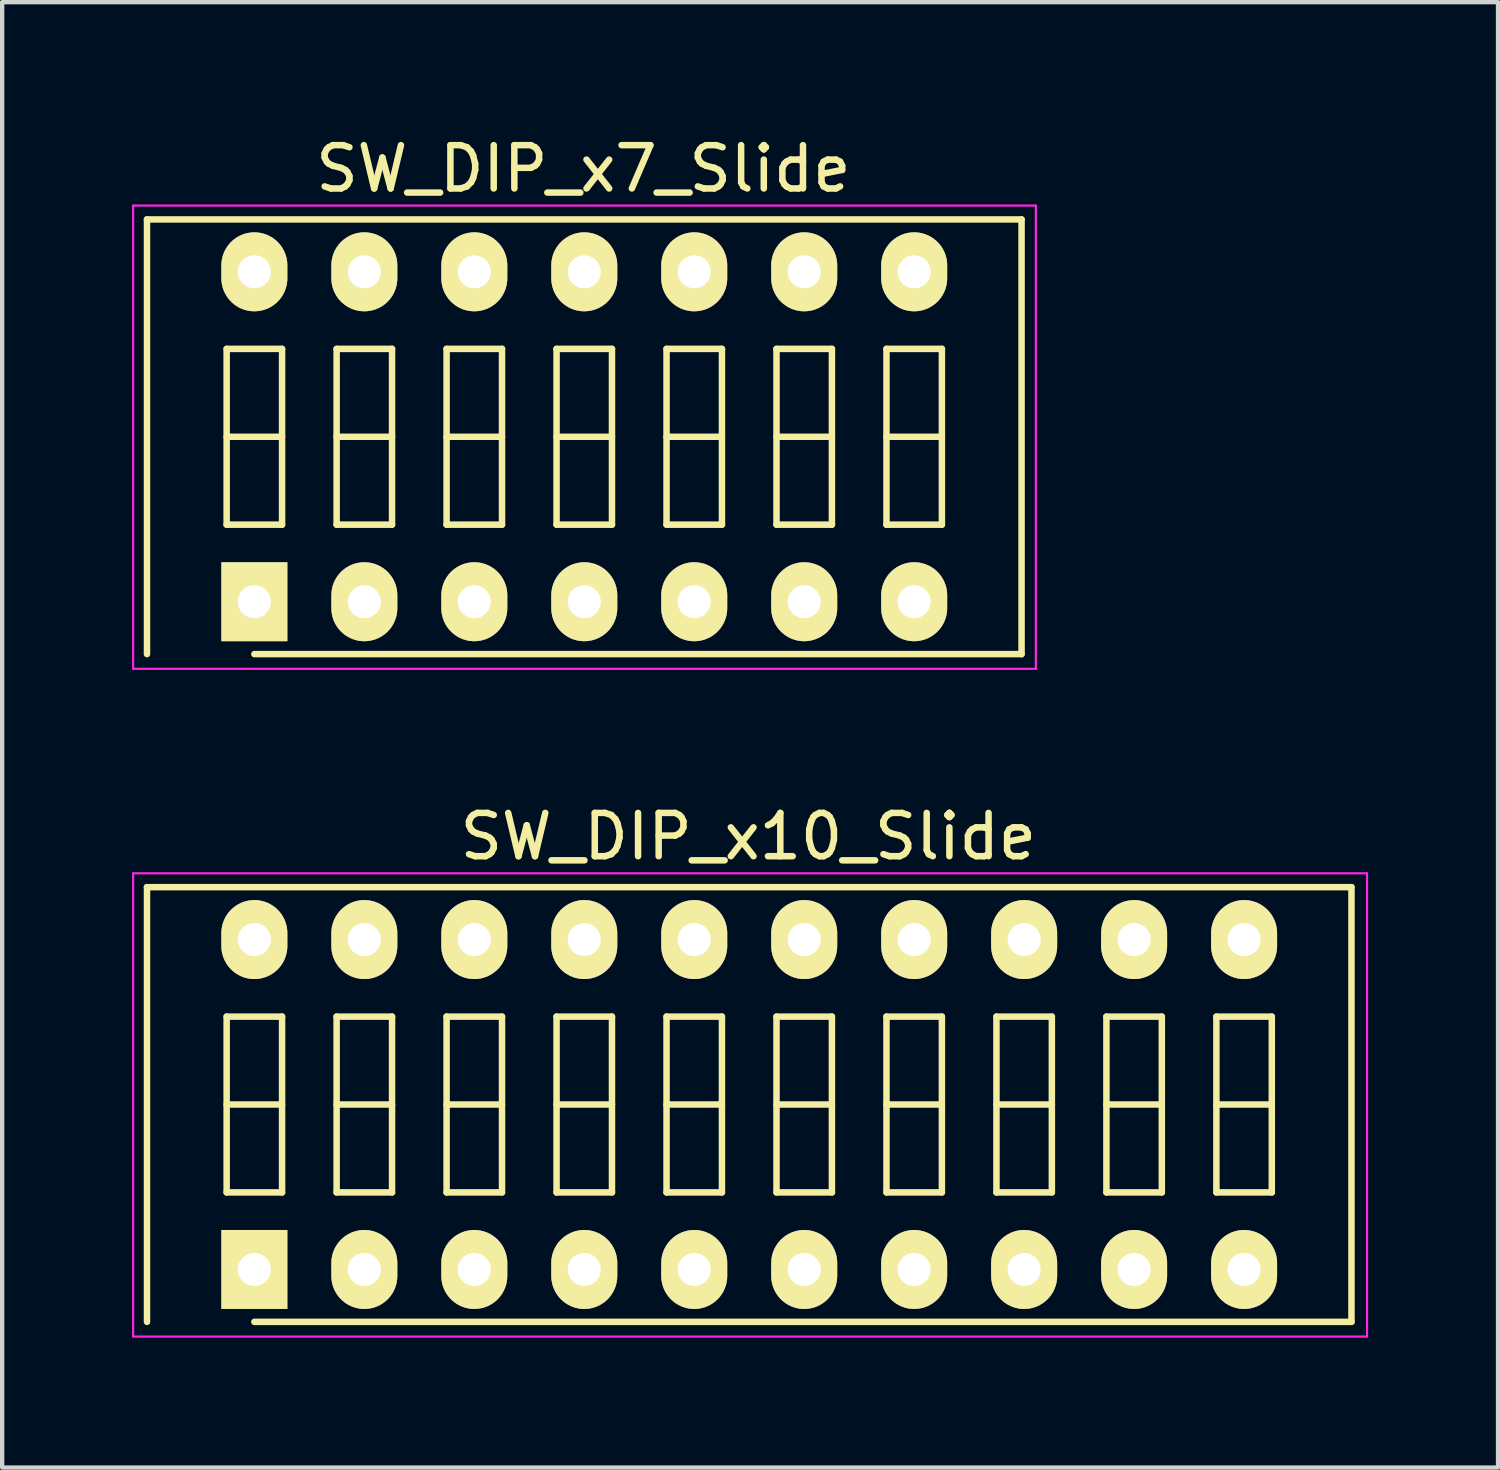
<source format=kicad_pcb>
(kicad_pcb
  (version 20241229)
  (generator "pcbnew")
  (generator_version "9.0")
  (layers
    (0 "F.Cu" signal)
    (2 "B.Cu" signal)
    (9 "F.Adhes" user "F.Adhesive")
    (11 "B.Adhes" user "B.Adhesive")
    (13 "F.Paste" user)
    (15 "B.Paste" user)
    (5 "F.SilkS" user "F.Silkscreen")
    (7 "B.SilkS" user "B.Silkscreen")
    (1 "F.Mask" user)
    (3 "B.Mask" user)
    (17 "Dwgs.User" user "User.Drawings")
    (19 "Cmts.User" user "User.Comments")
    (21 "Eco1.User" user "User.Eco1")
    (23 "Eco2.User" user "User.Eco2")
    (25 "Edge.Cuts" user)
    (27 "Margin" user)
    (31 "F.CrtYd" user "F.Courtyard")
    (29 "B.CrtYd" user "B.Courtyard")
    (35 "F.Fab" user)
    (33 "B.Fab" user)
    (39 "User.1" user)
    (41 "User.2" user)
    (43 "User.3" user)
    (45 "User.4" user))
  (footprint "SW_DIP_x10_Slide"
    (layer "F.Cu")
    (at 2.825 26.271)
    (property "Reference" "SW_DIP_x10_Slide" (at 11.41 -10 0) (layer "F.SilkS") (effects (font (size 1 1) (thickness 0.15))))
    (attr through_hole)
    (fp_line (start -2.48 -8.83) (end 25.34 -8.83) (stroke (width 0.15) (type solid)) (layer "F.SilkS"))
    (fp_line (start -2.48 1.21) (end -2.48 -8.83) (stroke (width 0.15) (type solid)) (layer "F.SilkS"))
    (fp_line (start -0.64 -5.84) (end -0.64 -1.78) (stroke (width 0.15) (type solid)) (layer "F.SilkS"))
    (fp_line (start -0.64 -3.81) (end 0.64 -3.81) (stroke (width 0.15) (type solid)) (layer "F.SilkS"))
    (fp_line (start -0.64 -1.78) (end 0.64 -1.78) (stroke (width 0.15) (type solid)) (layer "F.SilkS"))
    (fp_line (start 0.64 -5.84) (end -0.64 -5.84) (stroke (width 0.15) (type solid)) (layer "F.SilkS"))
    (fp_line (start 0.64 -1.78) (end 0.64 -5.84) (stroke (width 0.15) (type solid)) (layer "F.SilkS"))
    (fp_line (start 1.9 -5.84) (end 1.9 -1.78) (stroke (width 0.15) (type solid)) (layer "F.SilkS"))
    (fp_line (start 1.9 -3.81) (end 3.18 -3.81) (stroke (width 0.15) (type solid)) (layer "F.SilkS"))
    (fp_line (start 1.9 -1.78) (end 3.18 -1.78) (stroke (width 0.15) (type solid)) (layer "F.SilkS"))
    (fp_line (start 3.18 -5.84) (end 1.9 -5.84) (stroke (width 0.15) (type solid)) (layer "F.SilkS"))
    (fp_line (start 3.18 -1.78) (end 3.18 -5.84) (stroke (width 0.15) (type solid)) (layer "F.SilkS"))
    (fp_line (start 4.44 -5.84) (end 4.44 -1.78) (stroke (width 0.15) (type solid)) (layer "F.SilkS"))
    (fp_line (start 4.44 -3.81) (end 5.72 -3.81) (stroke (width 0.15) (type solid)) (layer "F.SilkS"))
    (fp_line (start 4.44 -1.78) (end 5.72 -1.78) (stroke (width 0.15) (type solid)) (layer "F.SilkS"))
    (fp_line (start 5.72 -5.84) (end 4.44 -5.84) (stroke (width 0.15) (type solid)) (layer "F.SilkS"))
    (fp_line (start 5.72 -1.78) (end 5.72 -5.84) (stroke (width 0.15) (type solid)) (layer "F.SilkS"))
    (fp_line (start 6.98 -5.84) (end 6.98 -1.78) (stroke (width 0.15) (type solid)) (layer "F.SilkS"))
    (fp_line (start 6.98 -3.81) (end 8.26 -3.81) (stroke (width 0.15) (type solid)) (layer "F.SilkS"))
    (fp_line (start 6.98 -1.78) (end 8.26 -1.78) (stroke (width 0.15) (type solid)) (layer "F.SilkS"))
    (fp_line (start 8.26 -5.84) (end 6.98 -5.84) (stroke (width 0.15) (type solid)) (layer "F.SilkS"))
    (fp_line (start 8.26 -1.78) (end 8.26 -5.84) (stroke (width 0.15) (type solid)) (layer "F.SilkS"))
    (fp_line (start 9.52 -5.84) (end 9.52 -1.78) (stroke (width 0.15) (type solid)) (layer "F.SilkS"))
    (fp_line (start 9.52 -3.81) (end 10.8 -3.81) (stroke (width 0.15) (type solid)) (layer "F.SilkS"))
    (fp_line (start 9.52 -1.78) (end 10.8 -1.78) (stroke (width 0.15) (type solid)) (layer "F.SilkS"))
    (fp_line (start 10.8 -5.84) (end 9.52 -5.84) (stroke (width 0.15) (type solid)) (layer "F.SilkS"))
    (fp_line (start 10.8 -1.78) (end 10.8 -5.84) (stroke (width 0.15) (type solid)) (layer "F.SilkS"))
    (fp_line (start 12.06 -5.84) (end 12.06 -1.78) (stroke (width 0.15) (type solid)) (layer "F.SilkS"))
    (fp_line (start 12.06 -3.81) (end 13.34 -3.81) (stroke (width 0.15) (type solid)) (layer "F.SilkS"))
    (fp_line (start 12.06 -1.78) (end 13.34 -1.78) (stroke (width 0.15) (type solid)) (layer "F.SilkS"))
    (fp_line (start 13.34 -5.84) (end 12.06 -5.84) (stroke (width 0.15) (type solid)) (layer "F.SilkS"))
    (fp_line (start 13.34 -1.78) (end 13.34 -5.84) (stroke (width 0.15) (type solid)) (layer "F.SilkS"))
    (fp_line (start 14.6 -5.84) (end 14.6 -1.78) (stroke (width 0.15) (type solid)) (layer "F.SilkS"))
    (fp_line (start 14.6 -3.81) (end 15.88 -3.81) (stroke (width 0.15) (type solid)) (layer "F.SilkS"))
    (fp_line (start 14.6 -1.78) (end 15.88 -1.78) (stroke (width 0.15) (type solid)) (layer "F.SilkS"))
    (fp_line (start 15.88 -5.84) (end 14.6 -5.84) (stroke (width 0.15) (type solid)) (layer "F.SilkS"))
    (fp_line (start 15.88 -1.78) (end 15.88 -5.84) (stroke (width 0.15) (type solid)) (layer "F.SilkS"))
    (fp_line (start 17.14 -5.84) (end 17.14 -1.78) (stroke (width 0.15) (type solid)) (layer "F.SilkS"))
    (fp_line (start 17.14 -3.81) (end 18.42 -3.81) (stroke (width 0.15) (type solid)) (layer "F.SilkS"))
    (fp_line (start 17.14 -1.78) (end 18.42 -1.78) (stroke (width 0.15) (type solid)) (layer "F.SilkS"))
    (fp_line (start 18.42 -5.84) (end 17.14 -5.84) (stroke (width 0.15) (type solid)) (layer "F.SilkS"))
    (fp_line (start 18.42 -1.78) (end 18.42 -5.84) (stroke (width 0.15) (type solid)) (layer "F.SilkS"))
    (fp_line (start 19.68 -5.84) (end 19.68 -1.78) (stroke (width 0.15) (type solid)) (layer "F.SilkS"))
    (fp_line (start 19.68 -3.81) (end 20.96 -3.81) (stroke (width 0.15) (type solid)) (layer "F.SilkS"))
    (fp_line (start 19.68 -1.78) (end 20.96 -1.78) (stroke (width 0.15) (type solid)) (layer "F.SilkS"))
    (fp_line (start 20.96 -5.84) (end 19.68 -5.84) (stroke (width 0.15) (type solid)) (layer "F.SilkS"))
    (fp_line (start 20.96 -1.78) (end 20.96 -5.84) (stroke (width 0.15) (type solid)) (layer "F.SilkS"))
    (fp_line (start 22.22 -5.84) (end 22.22 -1.78) (stroke (width 0.15) (type solid)) (layer "F.SilkS"))
    (fp_line (start 22.22 -3.81) (end 23.5 -3.81) (stroke (width 0.15) (type solid)) (layer "F.SilkS"))
    (fp_line (start 22.22 -1.78) (end 23.5 -1.78) (stroke (width 0.15) (type solid)) (layer "F.SilkS"))
    (fp_line (start 23.5 -5.84) (end 22.22 -5.84) (stroke (width 0.15) (type solid)) (layer "F.SilkS"))
    (fp_line (start 23.5 -1.78) (end 23.5 -5.84) (stroke (width 0.15) (type solid)) (layer "F.SilkS"))
    (fp_line (start 25.34 -8.83) (end 25.34 1.21) (stroke (width 0.15) (type solid)) (layer "F.SilkS"))
    (fp_line (start 25.34 1.21) (end 0 1.21) (stroke (width 0.15) (type solid)) (layer "F.SilkS"))
    (fp_line (start -2.8 -9.15) (end -2.8 1.55) (stroke (width 0.05) (type solid)) (layer "F.CrtYd"))
    (fp_line (start -2.8 1.55) (end 25.7 1.55) (stroke (width 0.05) (type solid)) (layer "F.CrtYd"))
    (fp_line (start 25.7 -9.15) (end -2.8 -9.15) (stroke (width 0.05) (type solid)) (layer "F.CrtYd"))
    (fp_line (start 25.7 1.55) (end 25.7 -9.15) (stroke (width 0.05) (type solid)) (layer "F.CrtYd"))
    (pad "1" thru_hole rect (at 0 0) (size 1.524 1.824) (drill 0.762) (layers "*.Cu" "*.Mask" "F.SilkS"))
    (pad "2" thru_hole oval (at 2.54 0) (size 1.524 1.824) (drill 0.762) (layers "*.Cu" "*.Mask" "F.SilkS"))
    (pad "3" thru_hole oval (at 5.08 0) (size 1.524 1.824) (drill 0.762) (layers "*.Cu" "*.Mask" "F.SilkS"))
    (pad "4" thru_hole oval (at 7.62 0) (size 1.524 1.824) (drill 0.762) (layers "*.Cu" "*.Mask" "F.SilkS"))
    (pad "5" thru_hole oval (at 10.16 0) (size 1.524 1.824) (drill 0.762) (layers "*.Cu" "*.Mask" "F.SilkS"))
    (pad "6" thru_hole oval (at 12.7 0) (size 1.524 1.824) (drill 0.762) (layers "*.Cu" "*.Mask" "F.SilkS"))
    (pad "7" thru_hole oval (at 15.24 0) (size 1.524 1.824) (drill 0.762) (layers "*.Cu" "*.Mask" "F.SilkS"))
    (pad "8" thru_hole oval (at 17.78 0) (size 1.524 1.824) (drill 0.762) (layers "*.Cu" "*.Mask" "F.SilkS"))
    (pad "9" thru_hole oval (at 20.32 0) (size 1.524 1.824) (drill 0.762) (layers "*.Cu" "*.Mask" "F.SilkS"))
    (pad "10" thru_hole oval (at 22.86 0) (size 1.524 1.824) (drill 0.762) (layers "*.Cu" "*.Mask" "F.SilkS"))
    (pad "11" thru_hole oval (at 22.86 -7.62) (size 1.524 1.824) (drill 0.762) (layers "*.Cu" "*.Mask" "F.SilkS"))
    (pad "12" thru_hole oval (at 20.32 -7.62) (size 1.524 1.824) (drill 0.762) (layers "*.Cu" "*.Mask" "F.SilkS"))
    (pad "13" thru_hole oval (at 17.78 -7.62) (size 1.524 1.824) (drill 0.762) (layers "*.Cu" "*.Mask" "F.SilkS"))
    (pad "14" thru_hole oval (at 15.24 -7.62) (size 1.524 1.824) (drill 0.762) (layers "*.Cu" "*.Mask" "F.SilkS"))
    (pad "15" thru_hole oval (at 12.7 -7.62) (size 1.524 1.824) (drill 0.762) (layers "*.Cu" "*.Mask" "F.SilkS"))
    (pad "16" thru_hole oval (at 10.16 -7.62) (size 1.524 1.824) (drill 0.762) (layers "*.Cu" "*.Mask" "F.SilkS"))
    (pad "17" thru_hole oval (at 7.62 -7.62) (size 1.524 1.824) (drill 0.762) (layers "*.Cu" "*.Mask" "F.SilkS"))
    (pad "18" thru_hole oval (at 5.08 -7.62) (size 1.524 1.824) (drill 0.762) (layers "*.Cu" "*.Mask" "F.SilkS"))
    (pad "19" thru_hole oval (at 2.54 -7.62) (size 1.524 1.824) (drill 0.762) (layers "*.Cu" "*.Mask" "F.SilkS"))
    (pad "20" thru_hole oval (at 0 -7.62) (size 1.524 1.824) (drill 0.762) (layers "*.Cu" "*.Mask" "F.SilkS")))
  (footprint "SW_DIP_x7_Slide"
    (layer "F.Cu")
    (at 2.825 10.848)
    (property "Reference" "SW_DIP_x7_Slide" (at 7.6 -10 0) (layer "F.SilkS") (effects (font (size 1 1) (thickness 0.15))))
    (attr through_hole)
    (fp_line (start -2.48 -8.83) (end 17.72 -8.83) (stroke (width 0.15) (type solid)) (layer "F.SilkS"))
    (fp_line (start -2.48 1.21) (end -2.48 -8.83) (stroke (width 0.15) (type solid)) (layer "F.SilkS"))
    (fp_line (start -0.64 -5.84) (end -0.64 -1.78) (stroke (width 0.15) (type solid)) (layer "F.SilkS"))
    (fp_line (start -0.64 -3.81) (end 0.64 -3.81) (stroke (width 0.15) (type solid)) (layer "F.SilkS"))
    (fp_line (start -0.64 -1.78) (end 0.64 -1.78) (stroke (width 0.15) (type solid)) (layer "F.SilkS"))
    (fp_line (start 0.64 -5.84) (end -0.64 -5.84) (stroke (width 0.15) (type solid)) (layer "F.SilkS"))
    (fp_line (start 0.64 -1.78) (end 0.64 -5.84) (stroke (width 0.15) (type solid)) (layer "F.SilkS"))
    (fp_line (start 1.9 -5.84) (end 1.9 -1.78) (stroke (width 0.15) (type solid)) (layer "F.SilkS"))
    (fp_line (start 1.9 -3.81) (end 3.18 -3.81) (stroke (width 0.15) (type solid)) (layer "F.SilkS"))
    (fp_line (start 1.9 -1.78) (end 3.18 -1.78) (stroke (width 0.15) (type solid)) (layer "F.SilkS"))
    (fp_line (start 3.18 -5.84) (end 1.9 -5.84) (stroke (width 0.15) (type solid)) (layer "F.SilkS"))
    (fp_line (start 3.18 -1.78) (end 3.18 -5.84) (stroke (width 0.15) (type solid)) (layer "F.SilkS"))
    (fp_line (start 4.44 -5.84) (end 4.44 -1.78) (stroke (width 0.15) (type solid)) (layer "F.SilkS"))
    (fp_line (start 4.44 -3.81) (end 5.72 -3.81) (stroke (width 0.15) (type solid)) (layer "F.SilkS"))
    (fp_line (start 4.44 -1.78) (end 5.72 -1.78) (stroke (width 0.15) (type solid)) (layer "F.SilkS"))
    (fp_line (start 5.72 -5.84) (end 4.44 -5.84) (stroke (width 0.15) (type solid)) (layer "F.SilkS"))
    (fp_line (start 5.72 -1.78) (end 5.72 -5.84) (stroke (width 0.15) (type solid)) (layer "F.SilkS"))
    (fp_line (start 6.98 -5.84) (end 6.98 -1.78) (stroke (width 0.15) (type solid)) (layer "F.SilkS"))
    (fp_line (start 6.98 -3.81) (end 8.26 -3.81) (stroke (width 0.15) (type solid)) (layer "F.SilkS"))
    (fp_line (start 6.98 -1.78) (end 8.26 -1.78) (stroke (width 0.15) (type solid)) (layer "F.SilkS"))
    (fp_line (start 8.26 -5.84) (end 6.98 -5.84) (stroke (width 0.15) (type solid)) (layer "F.SilkS"))
    (fp_line (start 8.26 -1.78) (end 8.26 -5.84) (stroke (width 0.15) (type solid)) (layer "F.SilkS"))
    (fp_line (start 9.52 -5.84) (end 9.52 -1.78) (stroke (width 0.15) (type solid)) (layer "F.SilkS"))
    (fp_line (start 9.52 -3.81) (end 10.8 -3.81) (stroke (width 0.15) (type solid)) (layer "F.SilkS"))
    (fp_line (start 9.52 -1.78) (end 10.8 -1.78) (stroke (width 0.15) (type solid)) (layer "F.SilkS"))
    (fp_line (start 10.8 -5.84) (end 9.52 -5.84) (stroke (width 0.15) (type solid)) (layer "F.SilkS"))
    (fp_line (start 10.8 -1.78) (end 10.8 -5.84) (stroke (width 0.15) (type solid)) (layer "F.SilkS"))
    (fp_line (start 12.06 -5.84) (end 12.06 -1.78) (stroke (width 0.15) (type solid)) (layer "F.SilkS"))
    (fp_line (start 12.06 -3.81) (end 13.34 -3.81) (stroke (width 0.15) (type solid)) (layer "F.SilkS"))
    (fp_line (start 12.06 -1.78) (end 13.34 -1.78) (stroke (width 0.15) (type solid)) (layer "F.SilkS"))
    (fp_line (start 13.34 -5.84) (end 12.06 -5.84) (stroke (width 0.15) (type solid)) (layer "F.SilkS"))
    (fp_line (start 13.34 -1.78) (end 13.34 -5.84) (stroke (width 0.15) (type solid)) (layer "F.SilkS"))
    (fp_line (start 14.6 -5.84) (end 14.6 -1.78) (stroke (width 0.15) (type solid)) (layer "F.SilkS"))
    (fp_line (start 14.6 -3.81) (end 15.88 -3.81) (stroke (width 0.15) (type solid)) (layer "F.SilkS"))
    (fp_line (start 14.6 -1.78) (end 15.88 -1.78) (stroke (width 0.15) (type solid)) (layer "F.SilkS"))
    (fp_line (start 15.88 -5.84) (end 14.6 -5.84) (stroke (width 0.15) (type solid)) (layer "F.SilkS"))
    (fp_line (start 15.88 -1.78) (end 15.88 -5.84) (stroke (width 0.15) (type solid)) (layer "F.SilkS"))
    (fp_line (start 17.72 -8.83) (end 17.72 1.21) (stroke (width 0.15) (type solid)) (layer "F.SilkS"))
    (fp_line (start 17.72 1.21) (end 0 1.21) (stroke (width 0.15) (type solid)) (layer "F.SilkS"))
    (fp_line (start -2.8 -9.15) (end -2.8 1.55) (stroke (width 0.05) (type solid)) (layer "F.CrtYd"))
    (fp_line (start -2.8 1.55) (end 18.05 1.55) (stroke (width 0.05) (type solid)) (layer "F.CrtYd"))
    (fp_line (start 18.05 -9.15) (end -2.8 -9.15) (stroke (width 0.05) (type solid)) (layer "F.CrtYd"))
    (fp_line (start 18.05 1.55) (end 18.05 -9.15) (stroke (width 0.05) (type solid)) (layer "F.CrtYd"))
    (pad "1" thru_hole rect (at 0 0) (size 1.524 1.824) (drill 0.762) (layers "*.Cu" "*.Mask" "F.SilkS"))
    (pad "2" thru_hole oval (at 2.54 0) (size 1.524 1.824) (drill 0.762) (layers "*.Cu" "*.Mask" "F.SilkS"))
    (pad "3" thru_hole oval (at 5.08 0) (size 1.524 1.824) (drill 0.762) (layers "*.Cu" "*.Mask" "F.SilkS"))
    (pad "4" thru_hole oval (at 7.62 0) (size 1.524 1.824) (drill 0.762) (layers "*.Cu" "*.Mask" "F.SilkS"))
    (pad "5" thru_hole oval (at 10.16 0) (size 1.524 1.824) (drill 0.762) (layers "*.Cu" "*.Mask" "F.SilkS"))
    (pad "6" thru_hole oval (at 12.7 0) (size 1.524 1.824) (drill 0.762) (layers "*.Cu" "*.Mask" "F.SilkS"))
    (pad "7" thru_hole oval (at 15.24 0) (size 1.524 1.824) (drill 0.762) (layers "*.Cu" "*.Mask" "F.SilkS"))
    (pad "8" thru_hole oval (at 15.24 -7.62) (size 1.524 1.824) (drill 0.762) (layers "*.Cu" "*.Mask" "F.SilkS"))
    (pad "9" thru_hole oval (at 12.7 -7.62) (size 1.524 1.824) (drill 0.762) (layers "*.Cu" "*.Mask" "F.SilkS"))
    (pad "10" thru_hole oval (at 10.16 -7.62) (size 1.524 1.824) (drill 0.762) (layers "*.Cu" "*.Mask" "F.SilkS"))
    (pad "11" thru_hole oval (at 7.62 -7.62) (size 1.524 1.824) (drill 0.762) (layers "*.Cu" "*.Mask" "F.SilkS"))
    (pad "12" thru_hole oval (at 5.08 -7.62) (size 1.524 1.824) (drill 0.762) (layers "*.Cu" "*.Mask" "F.SilkS"))
    (pad "13" thru_hole oval (at 2.54 -7.62) (size 1.524 1.824) (drill 0.762) (layers "*.Cu" "*.Mask" "F.SilkS"))
    (pad "14" thru_hole oval (at 0 -7.62) (size 1.524 1.824) (drill 0.762) (layers "*.Cu" "*.Mask" "F.SilkS")))
  (gr_rect
    (start -3 -3)
    (end 31.55 30.846)
    (stroke (width 0.1) (type default))
    (fill no)
    (layer "Edge.Cuts")))
</source>
